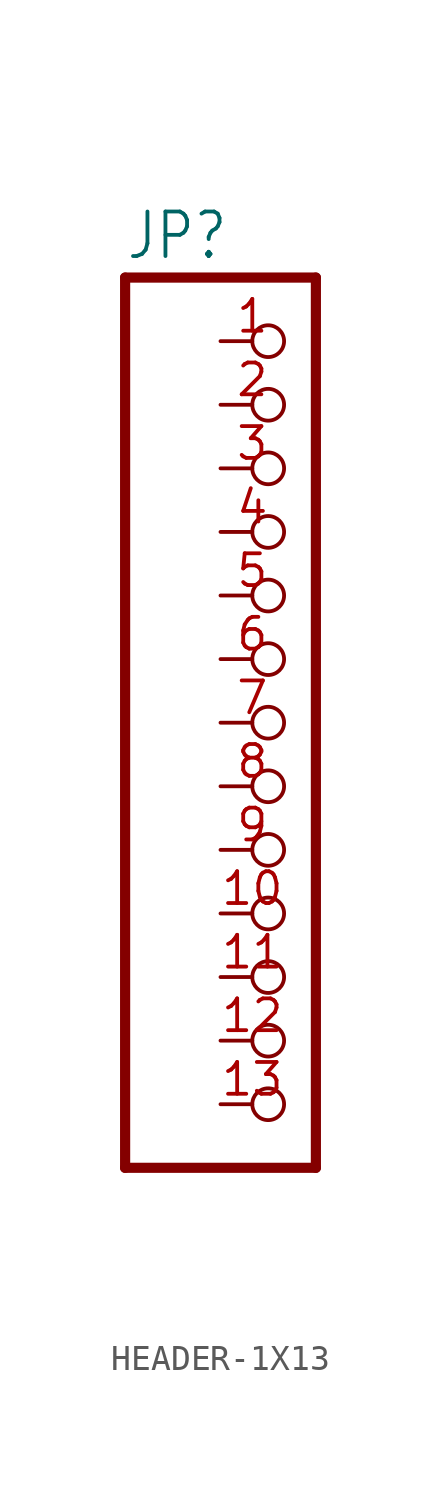
<source format=kicad_sym>
(kicad_symbol_lib
  (version 20220914)
  (generator kicad_symbol_editor)
  (symbol "HEADER-1X13"
    (property "Reference" "JP"
      (at -6.35 18.415 0)
      (effects (font (size 1.778 1.511)) (justify left bottom)))
    (property "Value" ""
      (at -6.35 -20.32 0)
      (effects (font (size 1.778 1.511)) (justify left bottom)))
    (property "ki_locked" ""
      (at 0 0 0)
      (effects (font (size 1.27 1.27))))
    (symbol "HEADER-1X13_1_0"
      (polyline (pts (xy -6.35 -17.78) (xy 1.27 -17.78)) (stroke (width 0.406) (type solid)) (fill (type none)))
      (polyline (pts (xy -6.35 17.78) (xy -6.35 -17.78)) (stroke (width 0.406) (type solid)) (fill (type none)))
      (polyline (pts (xy 1.27 -17.78) (xy 1.27 17.78)) (stroke (width 0.406) (type solid)) (fill (type none)))
      (polyline (pts (xy 1.27 17.78) (xy -6.35 17.78)) (stroke (width 0.406) (type solid)) (fill (type none)))
      (pin passive inverted (at -2.54 15.24 0) (length 2.54) (name "1" (effects (font (size 0 0)))) (number "1" (effects (font (size 1.27 1.27)))))
      (pin passive inverted (at -2.54 -7.62 0) (length 2.54) (name "10" (effects (font (size 0 0)))) (number "10" (effects (font (size 1.27 1.27)))))
      (pin passive inverted (at -2.54 -10.16 0) (length 2.54) (name "11" (effects (font (size 0 0)))) (number "11" (effects (font (size 1.27 1.27)))))
      (pin passive inverted (at -2.54 -12.7 0) (length 2.54) (name "12" (effects (font (size 0 0)))) (number "12" (effects (font (size 1.27 1.27)))))
      (pin passive inverted (at -2.54 -15.24 0) (length 2.54) (name "13" (effects (font (size 0 0)))) (number "13" (effects (font (size 1.27 1.27)))))
      (pin passive inverted (at -2.54 12.7 0) (length 2.54) (name "2" (effects (font (size 0 0)))) (number "2" (effects (font (size 1.27 1.27)))))
      (pin passive inverted (at -2.54 10.16 0) (length 2.54) (name "3" (effects (font (size 0 0)))) (number "3" (effects (font (size 1.27 1.27)))))
      (pin passive inverted (at -2.54 7.62 0) (length 2.54) (name "4" (effects (font (size 0 0)))) (number "4" (effects (font (size 1.27 1.27)))))
      (pin passive inverted (at -2.54 5.08 0) (length 2.54) (name "5" (effects (font (size 0 0)))) (number "5" (effects (font (size 1.27 1.27)))))
      (pin passive inverted (at -2.54 2.54 0) (length 2.54) (name "6" (effects (font (size 0 0)))) (number "6" (effects (font (size 1.27 1.27)))))
      (pin passive inverted (at -2.54 0 0) (length 2.54) (name "7" (effects (font (size 0 0)))) (number "7" (effects (font (size 1.27 1.27)))))
      (pin passive inverted (at -2.54 -2.54 0) (length 2.54) (name "8" (effects (font (size 0 0)))) (number "8" (effects (font (size 1.27 1.27)))))
      (pin passive inverted (at -2.54 -5.08 0) (length 2.54) (name "9" (effects (font (size 0 0)))) (number "9" (effects (font (size 1.27 1.27))))))))
</source>
